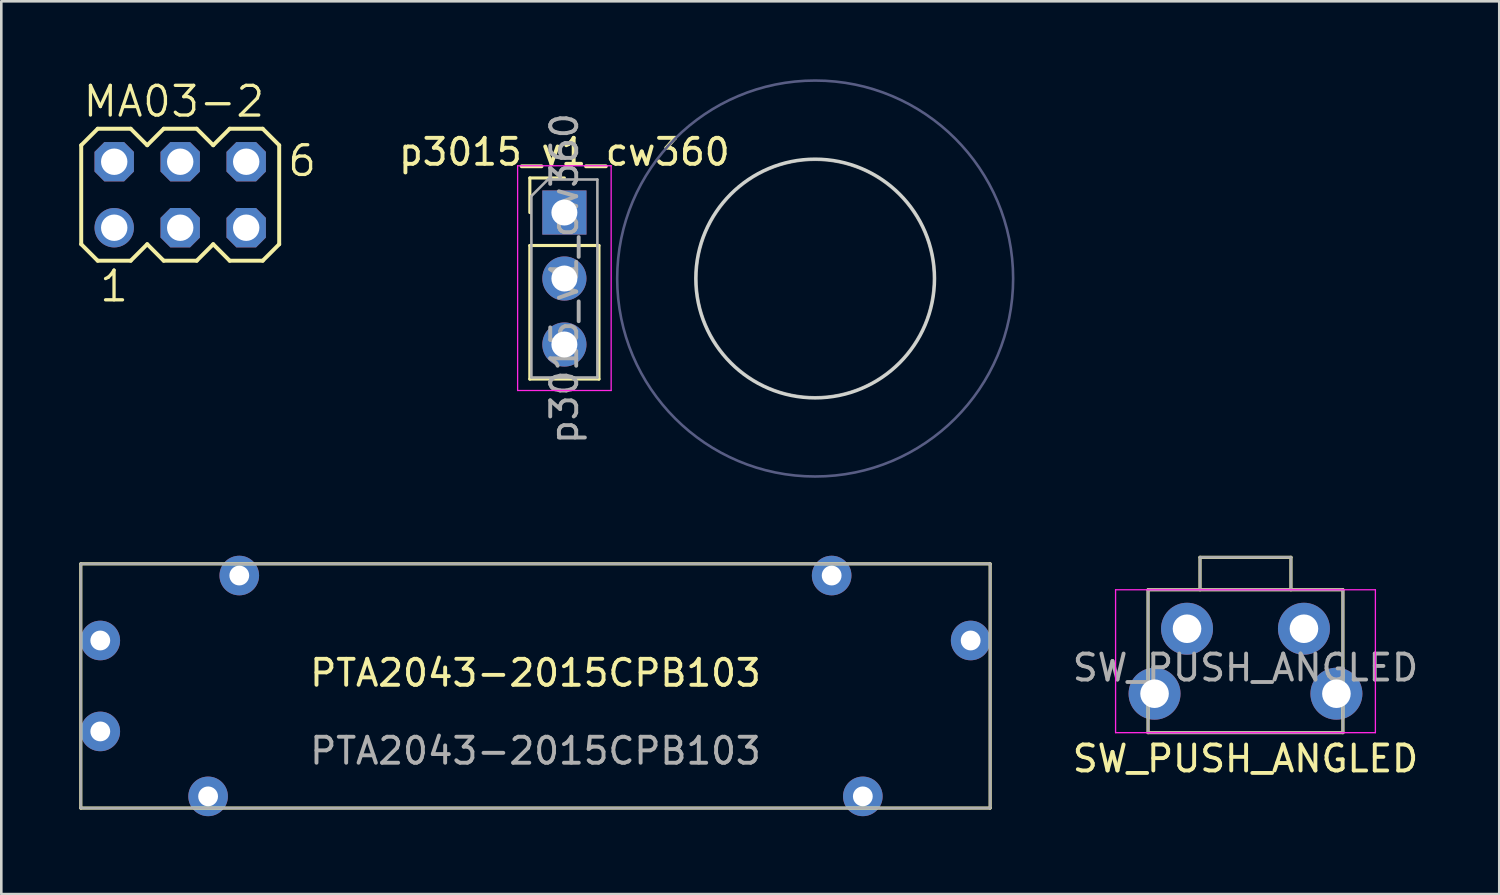
<source format=kicad_pcb>
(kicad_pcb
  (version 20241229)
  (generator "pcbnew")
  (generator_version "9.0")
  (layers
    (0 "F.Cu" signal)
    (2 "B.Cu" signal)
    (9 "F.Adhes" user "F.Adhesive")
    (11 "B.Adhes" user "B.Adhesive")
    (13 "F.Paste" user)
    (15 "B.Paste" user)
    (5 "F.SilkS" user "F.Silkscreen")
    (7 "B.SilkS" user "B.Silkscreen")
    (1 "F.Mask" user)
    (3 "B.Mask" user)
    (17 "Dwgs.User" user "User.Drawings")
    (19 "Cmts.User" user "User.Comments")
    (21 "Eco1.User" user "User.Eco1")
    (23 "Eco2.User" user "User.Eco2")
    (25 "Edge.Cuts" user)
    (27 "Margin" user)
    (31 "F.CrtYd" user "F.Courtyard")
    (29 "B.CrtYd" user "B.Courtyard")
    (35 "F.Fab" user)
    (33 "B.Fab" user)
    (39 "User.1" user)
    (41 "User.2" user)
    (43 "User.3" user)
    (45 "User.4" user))
  (footprint "MA03-2"
    (layer "F.Cu")
    (at 3.886 4.445)
    (property "Reference" "MA03-2" (at -3.81 -2.921 0) (layer "F.SilkS") (effects (font (size 1.143 1.143) (thickness 0.127)) (justify left bottom)))
    (fp_line (start -3.81 -1.905) (end -3.81 1.905) (stroke (width 0.152) (type solid)) (layer "F.SilkS"))
    (fp_line (start -3.81 1.905) (end -3.175 2.54) (stroke (width 0.152) (type solid)) (layer "F.SilkS"))
    (fp_line (start -3.175 -2.54) (end -3.81 -1.905) (stroke (width 0.152) (type solid)) (layer "F.SilkS"))
    (fp_line (start -3.175 -2.54) (end -1.905 -2.54) (stroke (width 0.152) (type solid)) (layer "F.SilkS"))
    (fp_line (start -1.905 -2.54) (end -1.27 -1.905) (stroke (width 0.152) (type solid)) (layer "F.SilkS"))
    (fp_line (start -1.905 2.54) (end -3.175 2.54) (stroke (width 0.152) (type solid)) (layer "F.SilkS"))
    (fp_line (start -1.27 -1.905) (end -0.635 -2.54) (stroke (width 0.152) (type solid)) (layer "F.SilkS"))
    (fp_line (start -1.27 1.905) (end -1.905 2.54) (stroke (width 0.152) (type solid)) (layer "F.SilkS"))
    (fp_line (start -0.635 -2.54) (end 0.635 -2.54) (stroke (width 0.152) (type solid)) (layer "F.SilkS"))
    (fp_line (start -0.635 2.54) (end -1.27 1.905) (stroke (width 0.152) (type solid)) (layer "F.SilkS"))
    (fp_line (start 0.635 -2.54) (end 1.27 -1.905) (stroke (width 0.152) (type solid)) (layer "F.SilkS"))
    (fp_line (start 0.635 2.54) (end -0.635 2.54) (stroke (width 0.152) (type solid)) (layer "F.SilkS"))
    (fp_line (start 1.27 -1.905) (end 1.905 -2.54) (stroke (width 0.152) (type solid)) (layer "F.SilkS"))
    (fp_line (start 1.27 1.905) (end 0.635 2.54) (stroke (width 0.152) (type solid)) (layer "F.SilkS"))
    (fp_line (start 1.905 -2.54) (end 3.175 -2.54) (stroke (width 0.152) (type solid)) (layer "F.SilkS"))
    (fp_line (start 1.905 2.54) (end 1.27 1.905) (stroke (width 0.152) (type solid)) (layer "F.SilkS"))
    (fp_line (start 3.175 -2.54) (end 3.81 -1.905) (stroke (width 0.152) (type solid)) (layer "F.SilkS"))
    (fp_line (start 3.175 2.54) (end 1.905 2.54) (stroke (width 0.152) (type solid)) (layer "F.SilkS"))
    (fp_line (start 3.81 -1.905) (end 3.81 1.905) (stroke (width 0.152) (type solid)) (layer "F.SilkS"))
    (fp_line (start 3.81 1.905) (end 3.175 2.54) (stroke (width 0.152) (type solid)) (layer "F.SilkS"))
    (fp_poly (pts (xy -2.794 -1.016) (xy -2.286 -1.016) (xy -2.286 -1.524) (xy -2.794 -1.524)) (stroke (width 0.1) (type solid)) (fill no) (layer "F.Fab"))
    (fp_poly (pts (xy -2.794 1.524) (xy -2.286 1.524) (xy -2.286 1.016) (xy -2.794 1.016)) (stroke (width 0.1) (type solid)) (fill no) (layer "F.Fab"))
    (fp_poly (pts (xy -0.254 -1.016) (xy 0.254 -1.016) (xy 0.254 -1.524) (xy -0.254 -1.524)) (stroke (width 0.1) (type solid)) (fill no) (layer "F.Fab"))
    (fp_poly (pts (xy -0.254 1.524) (xy 0.254 1.524) (xy 0.254 1.016) (xy -0.254 1.016)) (stroke (width 0.1) (type solid)) (fill no) (layer "F.Fab"))
    (fp_poly (pts (xy 2.286 -1.016) (xy 2.794 -1.016) (xy 2.794 -1.524) (xy 2.286 -1.524)) (stroke (width 0.1) (type solid)) (fill no) (layer "F.Fab"))
    (fp_poly (pts (xy 2.286 1.524) (xy 2.794 1.524) (xy 2.794 1.016) (xy 2.286 1.016)) (stroke (width 0.1) (type solid)) (fill no) (layer "F.Fab"))
    (fp_text user "1" (at -3.175 4.191 0) (layer "F.SilkS") (effects (font (size 1.143 1.143) (thickness 0.127)) (justify left bottom)))
    (fp_text user "6" (at 4.064 -0.635 0) (layer "F.SilkS") (effects (font (size 1.143 1.143) (thickness 0.127)) (justify left bottom)))
    (pad "1" thru_hole circle (at -2.54 1.27) (size 1.516 1.516) (drill 1.016) (layers "*.Cu" "*.Mask"))
    (pad "2" thru_hole roundrect (at -2.54 -1.27) (size 1.516 1.516) (drill 1.016) (layers "*.Cu" "*.Mask") (roundrect_rratio 0.25) (chamfer_ratio 0.25) (chamfer top_left top_right bottom_left bottom_right))
    (pad "3" thru_hole roundrect (at 0 1.27) (size 1.516 1.516) (drill 1.016) (layers "*.Cu" "*.Mask") (roundrect_rratio 0.25) (chamfer_ratio 0.25) (chamfer top_left top_right bottom_left bottom_right))
    (pad "4" thru_hole roundrect (at 0 -1.27) (size 1.516 1.516) (drill 1.016) (layers "*.Cu" "*.Mask") (roundrect_rratio 0.25) (chamfer_ratio 0.25) (chamfer top_left top_right bottom_left bottom_right))
    (pad "5" thru_hole roundrect (at 2.54 1.27) (size 1.516 1.516) (drill 1.016) (layers "*.Cu" "*.Mask") (roundrect_rratio 0.25) (chamfer_ratio 0.25) (chamfer top_left top_right bottom_left bottom_right))
    (pad "6" thru_hole roundrect (at 2.54 -1.27) (size 1.516 1.516) (drill 1.016) (layers "*.Cu" "*.Mask") (roundrect_rratio 0.25) (chamfer_ratio 0.25) (chamfer top_left top_right bottom_left bottom_right)))
  (footprint "PTA2043-2015CPB103"
    (layer "F.Cu")
    (at 17.56 23.352)
    (property "Reference" "PTA2043-2015CPB103" (at 0 -0.5 0) (unlocked yes) (layer "F.SilkS") (effects (font (size 1 1) (thickness 0.15))))
    (attr through_hole)
    (fp_line (start -17.5 -4.7) (end 17.5 -4.7) (stroke (width 0.12) (type solid)) (layer "F.SilkS"))
    (fp_line (start -17.5 4.7) (end -17.5 -4.7) (stroke (width 0.12) (type solid)) (layer "F.SilkS"))
    (fp_line (start 17.5 -4.7) (end 17.5 4.7) (stroke (width 0.12) (type solid)) (layer "F.SilkS"))
    (fp_line (start 17.5 4.7) (end -17.5 4.7) (stroke (width 0.12) (type solid)) (layer "F.SilkS"))
    (fp_line (start -17.5 -4.7) (end 17.5 -4.7) (stroke (width 0.1) (type solid)) (layer "F.Fab"))
    (fp_line (start -17.5 4.7) (end -17.5 -4.7) (stroke (width 0.1) (type solid)) (layer "F.Fab"))
    (fp_line (start -17.5 4.7) (end 17.5 4.7) (stroke (width 0.1) (type solid)) (layer "F.Fab"))
    (fp_line (start 17.5 4.7) (end 17.5 -4.7) (stroke (width 0.1) (type solid)) (layer "F.Fab"))
    (fp_text user "${REFERENCE}" (at 0 2.5 0) (unlocked yes) (layer "F.Fab") (effects (font (size 1 1) (thickness 0.15))))
    (pad "1" thru_hole circle (at -16.75 -1.75) (size 1.524 1.524) (drill 0.762) (layers "*.Cu" "*.Mask"))
    (pad "2" thru_hole circle (at -16.75 1.75) (size 1.524 1.524) (drill 0.762) (layers "*.Cu" "*.Mask"))
    (pad "3" thru_hole circle (at 16.75 -1.75) (size 1.524 1.524) (drill 0.762) (layers "*.Cu" "*.Mask"))
    (pad "4" thru_hole circle (at -11.4 -4.25) (size 1.524 1.524) (drill 0.762) (layers "*.Cu" "*.Mask"))
    (pad "5" thru_hole circle (at 11.4 -4.25) (size 1.524 1.524) (drill 0.762) (layers "*.Cu" "*.Mask"))
    (pad "6" thru_hole circle (at -12.6 4.25) (size 1.524 1.524) (drill 0.762) (layers "*.Cu" "*.Mask"))
    (pad "7" thru_hole circle (at 12.6 4.25) (size 1.524 1.524) (drill 0.762) (layers "*.Cu" "*.Mask")))
  (footprint "SW_PUSH_ANGLED"
    (layer "F.Cu")
    (at 44.888 21.15)
    (property "Reference" "SW_PUSH_ANGLED" (at 0 5 0) (layer "F.SilkS") (effects (font (size 1 1) (thickness 0.15))))
    (attr through_hole)
    (fp_line (start -3.75 -1.5) (end 3.75 -1.5) (stroke (width 0.12) (type default)) (layer "F.SilkS"))
    (fp_line (start -3.75 4) (end -3.75 -1.5) (stroke (width 0.12) (type default)) (layer "F.SilkS"))
    (fp_line (start -1.75 -2.75) (end 1.75 -2.75) (stroke (width 0.12) (type default)) (layer "F.SilkS"))
    (fp_line (start -1.75 -1.5) (end -1.75 -2.75) (stroke (width 0.12) (type default)) (layer "F.SilkS"))
    (fp_line (start 1.75 -2.75) (end 1.75 -1.5) (stroke (width 0.12) (type default)) (layer "F.SilkS"))
    (fp_line (start 3.75 -1.5) (end 3.75 4) (stroke (width 0.12) (type default)) (layer "F.SilkS"))
    (fp_line (start 3.75 4) (end -3.75 4) (stroke (width 0.12) (type default)) (layer "F.SilkS"))
    (fp_line (start -5 -1.5) (end -5 4) (stroke (width 0.05) (type default)) (layer "F.CrtYd"))
    (fp_line (start -5 4) (end 5 4) (stroke (width 0.05) (type default)) (layer "F.CrtYd"))
    (fp_line (start 5 -1.5) (end -5 -1.5) (stroke (width 0.05) (type default)) (layer "F.CrtYd"))
    (fp_line (start 5 4) (end 5 -1.5) (stroke (width 0.05) (type default)) (layer "F.CrtYd"))
    (fp_line (start -3.75 -1.5) (end -3.75 4) (stroke (width 0.1) (type default)) (layer "F.Fab"))
    (fp_line (start -3.75 4) (end 3.75 4) (stroke (width 0.1) (type default)) (layer "F.Fab"))
    (fp_line (start -1.75 -2.75) (end 1.75 -2.75) (stroke (width 0.1) (type default)) (layer "F.Fab"))
    (fp_line (start -1.75 -1.5) (end -1.75 -2.75) (stroke (width 0.1) (type default)) (layer "F.Fab"))
    (fp_line (start 1.75 -2.75) (end 1.75 -1.5) (stroke (width 0.1) (type default)) (layer "F.Fab"))
    (fp_line (start 3.75 -1.5) (end -3.75 -1.5) (stroke (width 0.1) (type default)) (layer "F.Fab"))
    (fp_line (start 3.75 4) (end 3.75 -1.5) (stroke (width 0.1) (type default)) (layer "F.Fab"))
    (fp_text user "${REFERENCE}" (at 0 1.5 0) (layer "F.Fab") (effects (font (size 1 1) (thickness 0.15))))
    (pad "1" thru_hole circle (at -2.25 0 90) (size 2 2) (drill 1.1) (layers "*.Cu" "*.Mask"))
    (pad "2" thru_hole circle (at 2.25 0 90) (size 2 2) (drill 1.1) (layers "*.Cu" "*.Mask"))
    (pad "3" thru_hole circle (at -3.5 2.5 90) (size 2 2) (drill 1.1) (layers "*.Cu" "*.Mask"))
    (pad "4" thru_hole circle (at 3.5 2.5 90) (size 2 2) (drill 1.1) (layers "*.Cu" "*.Mask")))
  (footprint "p3015_v1_cw360"
    (layer "F.Cu")
    (at 28.325 7.67)
    (property "Reference" "p3015_v1_cw360" (at -9.652 -4.87 180) (layer "F.SilkS") (effects (font (size 1 1) (thickness 0.15))))
    (attr through_hole)
    (fp_line (start -10.982 -3.87) (end -9.652 -3.87) (stroke (width 0.12) (type solid)) (layer "F.SilkS"))
    (fp_line (start -10.982 -2.54) (end -10.982 -3.87) (stroke (width 0.12) (type solid)) (layer "F.SilkS"))
    (fp_line (start -10.982 -1.27) (end -10.982 3.87) (stroke (width 0.12) (type solid)) (layer "F.SilkS"))
    (fp_line (start -10.982 -1.27) (end -8.322 -1.27) (stroke (width 0.12) (type solid)) (layer "F.SilkS"))
    (fp_line (start -10.982 3.87) (end -8.322 3.87) (stroke (width 0.12) (type solid)) (layer "F.SilkS"))
    (fp_line (start -8.322 -1.27) (end -8.322 3.87) (stroke (width 0.12) (type solid)) (layer "F.SilkS"))
    (fp_circle (center 0 0) (end 4.572 -0.508) (stroke (width 0.12) (type default)) (fill no) (layer "Edge.Cuts"))
    (fp_circle (center 0 0) (end 5.08 0) (stroke (width 0.12) (type default)) (fill no) (layer "Margin"))
    (fp_line (start -11.452 -4.34) (end -11.452 4.31) (stroke (width 0.05) (type solid)) (layer "F.CrtYd"))
    (fp_line (start -11.452 4.31) (end -7.852 4.31) (stroke (width 0.05) (type solid)) (layer "F.CrtYd"))
    (fp_line (start -7.852 -4.34) (end -11.452 -4.34) (stroke (width 0.05) (type solid)) (layer "F.CrtYd"))
    (fp_line (start -7.852 4.31) (end -7.852 -4.34) (stroke (width 0.05) (type solid)) (layer "F.CrtYd"))
    (fp_circle (center 0 0) (end 7.62 0) (stroke (width 0.1) (type default)) (fill no) (layer "B.Fab"))
    (fp_line (start -10.922 -3.175) (end -10.287 -3.81) (stroke (width 0.1) (type solid)) (layer "F.Fab"))
    (fp_line (start -10.922 3.81) (end -10.922 -3.175) (stroke (width 0.1) (type solid)) (layer "F.Fab"))
    (fp_line (start -10.287 -3.81) (end -8.382 -3.81) (stroke (width 0.1) (type solid)) (layer "F.Fab"))
    (fp_line (start -8.382 -3.81) (end -8.382 3.81) (stroke (width 0.1) (type solid)) (layer "F.Fab"))
    (fp_line (start -8.382 3.81) (end -10.922 3.81) (stroke (width 0.1) (type solid)) (layer "F.Fab"))
    (fp_circle (center 0 0) (end 4.572 0) (stroke (width 0.1) (type default)) (fill no) (layer "F.Fab"))
    (fp_text user "${REFERENCE}" (at -9.652 0 90) (layer "F.Fab") (effects (font (size 1 1) (thickness 0.15))))
    (pad "1" thru_hole rect (at -9.652 -2.54) (size 1.7 1.7) (drill 1) (layers "*.Cu" "*.Mask"))
    (pad "2" thru_hole oval (at -9.652 0) (size 1.7 1.7) (drill 1) (layers "*.Cu" "*.Mask"))
    (pad "3" thru_hole oval (at -9.652 2.54) (size 1.7 1.7) (drill 1) (layers "*.Cu" "*.Mask")))
  (gr_rect
    (start -3 -3)
    (end 54.656 31.364)
    (stroke (width 0.1) (type default))
    (fill no)
    (layer "Edge.Cuts")))
</source>
